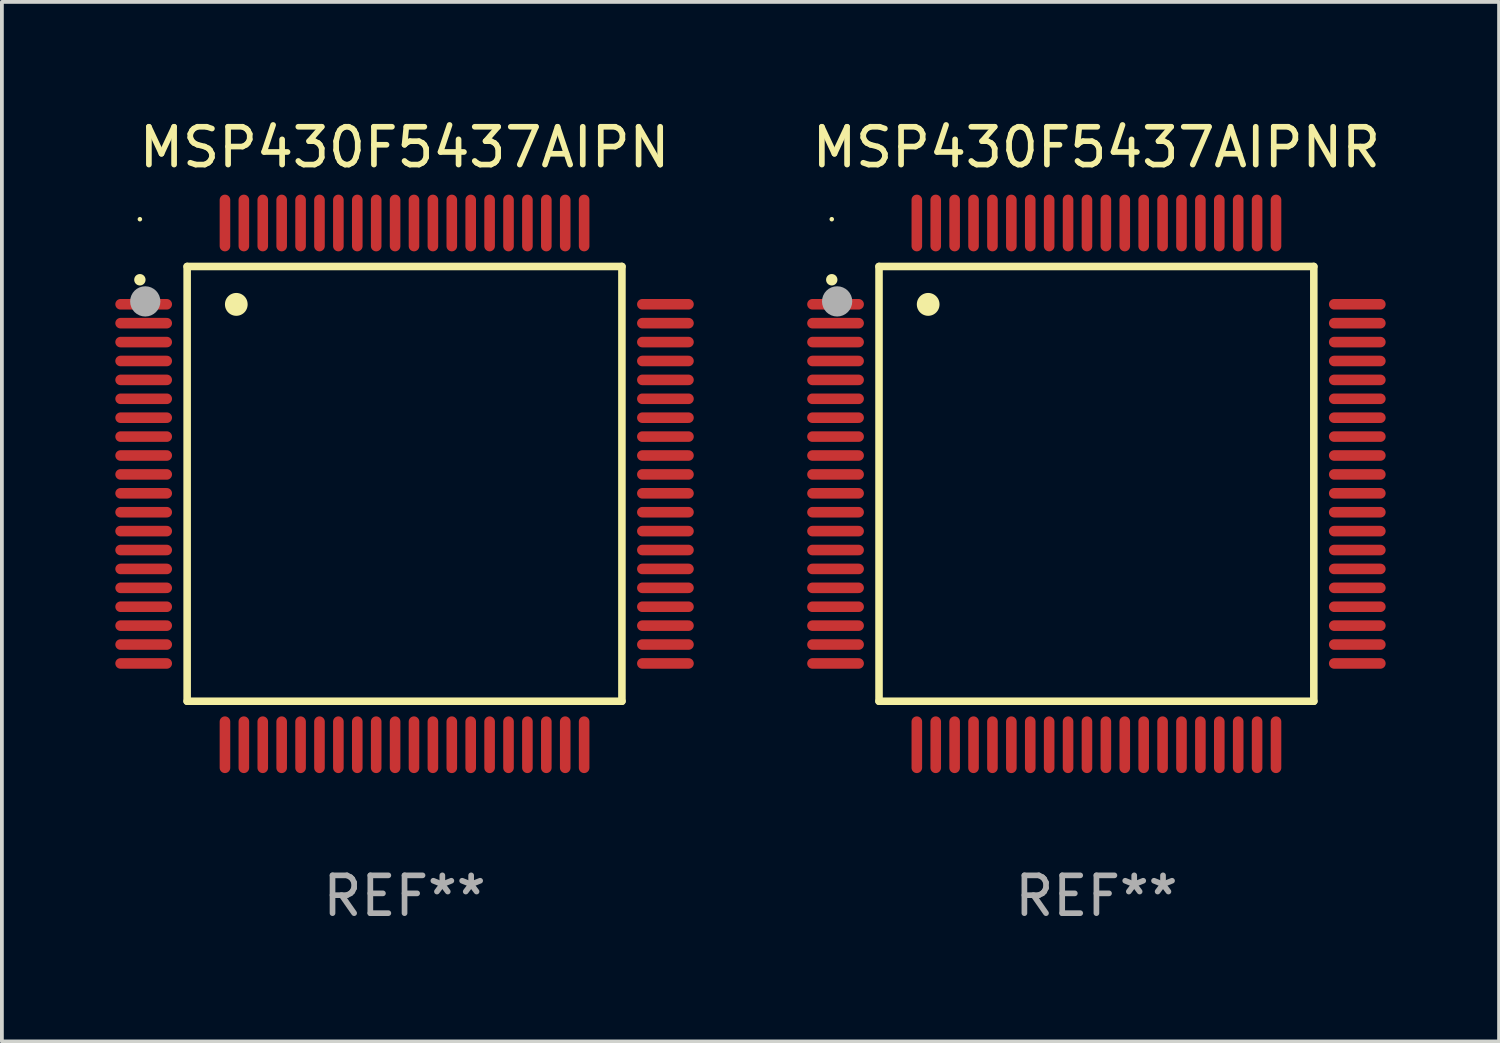
<source format=kicad_pcb>
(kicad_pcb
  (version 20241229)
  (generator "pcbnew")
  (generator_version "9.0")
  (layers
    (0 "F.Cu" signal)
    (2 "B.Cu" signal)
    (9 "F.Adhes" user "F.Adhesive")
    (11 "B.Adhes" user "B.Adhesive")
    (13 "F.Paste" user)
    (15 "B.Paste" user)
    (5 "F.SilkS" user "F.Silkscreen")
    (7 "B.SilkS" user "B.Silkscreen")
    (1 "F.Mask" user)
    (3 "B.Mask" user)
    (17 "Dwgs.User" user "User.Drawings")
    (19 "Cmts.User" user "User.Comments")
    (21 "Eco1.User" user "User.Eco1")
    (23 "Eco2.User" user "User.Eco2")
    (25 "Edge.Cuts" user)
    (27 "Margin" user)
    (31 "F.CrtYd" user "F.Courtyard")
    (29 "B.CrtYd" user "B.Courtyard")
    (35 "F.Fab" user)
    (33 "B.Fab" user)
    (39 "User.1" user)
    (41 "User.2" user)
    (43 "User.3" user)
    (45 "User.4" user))
  (footprint "MSP430F5437AIPN"
    (layer "F.Cu")
    (at 7.65 9.748)
    (property "Reference" "MSP430F5437AIPN" (at 0 -8.9 0) (layer "F.SilkS") (effects (font (size 1 1) (thickness 0.15))))
    (attr through_hole)
    (fp_line (start -5.75 -5.75) (end 5.75 -5.75) (stroke (width 0.2) (type solid)) (layer "F.SilkS"))
    (fp_line (start -5.75 5.75) (end -5.75 -5.75) (stroke (width 0.2) (type solid)) (layer "F.SilkS"))
    (fp_line (start 5.75 -5.75) (end 5.75 5.75) (stroke (width 0.2) (type solid)) (layer "F.SilkS"))
    (fp_line (start 5.75 5.75) (end -5.75 5.75) (stroke (width 0.2) (type solid)) (layer "F.SilkS"))
    (fp_arc (start -7.000229 -5.397435) (mid -7.000234 -5.398705) (end -7.000229 -5.399975) (stroke (width 0.3) (type solid)) (layer "F.SilkS"))
    (fp_arc (start -4.450064 -4.744653) (mid -4.450075 -4.747193) (end -4.450064 -4.749733) (stroke (width 0.6) (type solid)) (layer "F.SilkS"))
    (fp_circle (center -7 -7) (end -6.97 -7) (stroke (width 0.06) (type solid)) (fill no) (layer "F.SilkS"))
    (fp_circle (center -6.858 -4.826) (end -6.658 -4.826) (stroke (width 0.4) (type solid)) (fill no) (layer "F.Fab"))
    (fp_text user "REF**" (at 0 10.9 0) (layer "F.Fab") (effects (font (size 1 1) (thickness 0.15))))
    (pad "1" smd oval (at -6.9 -4.75 90) (size 0.28 1.5) (layers "F.Cu" "F.Mask" "F.Paste"))
    (pad "2" smd oval (at -6.9 -4.25 90) (size 0.28 1.5) (layers "F.Cu" "F.Mask" "F.Paste"))
    (pad "3" smd oval (at -6.9 -3.75 90) (size 0.28 1.5) (layers "F.Cu" "F.Mask" "F.Paste"))
    (pad "4" smd oval (at -6.9 -3.25 90) (size 0.28 1.5) (layers "F.Cu" "F.Mask" "F.Paste"))
    (pad "5" smd oval (at -6.9 -2.75 90) (size 0.28 1.5) (layers "F.Cu" "F.Mask" "F.Paste"))
    (pad "6" smd oval (at -6.9 -2.25 90) (size 0.28 1.5) (layers "F.Cu" "F.Mask" "F.Paste"))
    (pad "7" smd oval (at -6.9 -1.75 90) (size 0.28 1.5) (layers "F.Cu" "F.Mask" "F.Paste"))
    (pad "8" smd oval (at -6.9 -1.25 90) (size 0.28 1.5) (layers "F.Cu" "F.Mask" "F.Paste"))
    (pad "9" smd oval (at -6.9 -0.75 90) (size 0.28 1.5) (layers "F.Cu" "F.Mask" "F.Paste"))
    (pad "10" smd oval (at -6.9 -0.25 90) (size 0.28 1.5) (layers "F.Cu" "F.Mask" "F.Paste"))
    (pad "11" smd oval (at -6.9 0.25 90) (size 0.28 1.5) (layers "F.Cu" "F.Mask" "F.Paste"))
    (pad "12" smd oval (at -6.9 0.75 90) (size 0.28 1.5) (layers "F.Cu" "F.Mask" "F.Paste"))
    (pad "13" smd oval (at -6.9 1.25 90) (size 0.28 1.5) (layers "F.Cu" "F.Mask" "F.Paste"))
    (pad "14" smd oval (at -6.9 1.75 90) (size 0.28 1.5) (layers "F.Cu" "F.Mask" "F.Paste"))
    (pad "15" smd oval (at -6.9 2.25 90) (size 0.28 1.5) (layers "F.Cu" "F.Mask" "F.Paste"))
    (pad "16" smd oval (at -6.9 2.75 90) (size 0.28 1.5) (layers "F.Cu" "F.Mask" "F.Paste"))
    (pad "17" smd oval (at -6.9 3.25 90) (size 0.28 1.5) (layers "F.Cu" "F.Mask" "F.Paste"))
    (pad "18" smd oval (at -6.9 3.75 90) (size 0.28 1.5) (layers "F.Cu" "F.Mask" "F.Paste"))
    (pad "19" smd oval (at -6.9 4.25 90) (size 0.28 1.5) (layers "F.Cu" "F.Mask" "F.Paste"))
    (pad "20" smd oval (at -6.9 4.75 270) (size 0.28 1.5) (layers "F.Cu" "F.Mask" "F.Paste"))
    (pad "21" smd oval (at -4.75 6.9 180) (size 0.28 1.5) (layers "F.Cu" "F.Mask" "F.Paste"))
    (pad "22" smd oval (at -4.25 6.9) (size 0.28 1.5) (layers "F.Cu" "F.Mask" "F.Paste"))
    (pad "23" smd oval (at -3.75 6.9) (size 0.28 1.5) (layers "F.Cu" "F.Mask" "F.Paste"))
    (pad "24" smd oval (at -3.25 6.9) (size 0.28 1.5) (layers "F.Cu" "F.Mask" "F.Paste"))
    (pad "25" smd oval (at -2.75 6.9) (size 0.28 1.5) (layers "F.Cu" "F.Mask" "F.Paste"))
    (pad "26" smd oval (at -2.25 6.9) (size 0.28 1.5) (layers "F.Cu" "F.Mask" "F.Paste"))
    (pad "27" smd oval (at -1.75 6.9) (size 0.28 1.5) (layers "F.Cu" "F.Mask" "F.Paste"))
    (pad "28" smd oval (at -1.25 6.9) (size 0.28 1.5) (layers "F.Cu" "F.Mask" "F.Paste"))
    (pad "29" smd oval (at -0.75 6.9) (size 0.28 1.5) (layers "F.Cu" "F.Mask" "F.Paste"))
    (pad "30" smd oval (at -0.25 6.9) (size 0.28 1.5) (layers "F.Cu" "F.Mask" "F.Paste"))
    (pad "31" smd oval (at 0.25 6.9) (size 0.28 1.5) (layers "F.Cu" "F.Mask" "F.Paste"))
    (pad "32" smd oval (at 0.75 6.9) (size 0.28 1.5) (layers "F.Cu" "F.Mask" "F.Paste"))
    (pad "33" smd oval (at 1.25 6.9) (size 0.28 1.5) (layers "F.Cu" "F.Mask" "F.Paste"))
    (pad "34" smd oval (at 1.75 6.9) (size 0.28 1.5) (layers "F.Cu" "F.Mask" "F.Paste"))
    (pad "35" smd oval (at 2.25 6.9) (size 0.28 1.5) (layers "F.Cu" "F.Mask" "F.Paste"))
    (pad "36" smd oval (at 2.75 6.9) (size 0.28 1.5) (layers "F.Cu" "F.Mask" "F.Paste"))
    (pad "37" smd oval (at 3.25 6.9) (size 0.28 1.5) (layers "F.Cu" "F.Mask" "F.Paste"))
    (pad "38" smd oval (at 3.75 6.9) (size 0.28 1.5) (layers "F.Cu" "F.Mask" "F.Paste"))
    (pad "39" smd oval (at 4.25 6.9) (size 0.28 1.5) (layers "F.Cu" "F.Mask" "F.Paste"))
    (pad "40" smd oval (at 4.75 6.9) (size 0.28 1.5) (layers "F.Cu" "F.Mask" "F.Paste"))
    (pad "41" smd oval (at 6.9 4.75 270) (size 0.28 1.5) (layers "F.Cu" "F.Mask" "F.Paste"))
    (pad "42" smd oval (at 6.9 4.25 90) (size 0.28 1.5) (layers "F.Cu" "F.Mask" "F.Paste"))
    (pad "43" smd oval (at 6.9 3.75 90) (size 0.28 1.5) (layers "F.Cu" "F.Mask" "F.Paste"))
    (pad "44" smd oval (at 6.9 3.25 90) (size 0.28 1.5) (layers "F.Cu" "F.Mask" "F.Paste"))
    (pad "45" smd oval (at 6.9 2.75 90) (size 0.28 1.5) (layers "F.Cu" "F.Mask" "F.Paste"))
    (pad "46" smd oval (at 6.9 2.25 90) (size 0.28 1.5) (layers "F.Cu" "F.Mask" "F.Paste"))
    (pad "47" smd oval (at 6.9 1.75 90) (size 0.28 1.5) (layers "F.Cu" "F.Mask" "F.Paste"))
    (pad "48" smd oval (at 6.9 1.25 90) (size 0.28 1.5) (layers "F.Cu" "F.Mask" "F.Paste"))
    (pad "49" smd oval (at 6.9 0.75 90) (size 0.28 1.5) (layers "F.Cu" "F.Mask" "F.Paste"))
    (pad "50" smd oval (at 6.9 0.25 90) (size 0.28 1.5) (layers "F.Cu" "F.Mask" "F.Paste"))
    (pad "51" smd oval (at 6.9 -0.25 90) (size 0.28 1.5) (layers "F.Cu" "F.Mask" "F.Paste"))
    (pad "52" smd oval (at 6.9 -0.75 90) (size 0.28 1.5) (layers "F.Cu" "F.Mask" "F.Paste"))
    (pad "53" smd oval (at 6.9 -1.25 90) (size 0.28 1.5) (layers "F.Cu" "F.Mask" "F.Paste"))
    (pad "54" smd oval (at 6.9 -1.75 90) (size 0.28 1.5) (layers "F.Cu" "F.Mask" "F.Paste"))
    (pad "55" smd oval (at 6.9 -2.25 90) (size 0.28 1.5) (layers "F.Cu" "F.Mask" "F.Paste"))
    (pad "56" smd oval (at 6.9 -2.75 90) (size 0.28 1.5) (layers "F.Cu" "F.Mask" "F.Paste"))
    (pad "57" smd oval (at 6.9 -3.25 90) (size 0.28 1.5) (layers "F.Cu" "F.Mask" "F.Paste"))
    (pad "58" smd oval (at 6.9 -3.75 90) (size 0.28 1.5) (layers "F.Cu" "F.Mask" "F.Paste"))
    (pad "59" smd oval (at 6.9 -4.25 90) (size 0.28 1.5) (layers "F.Cu" "F.Mask" "F.Paste"))
    (pad "60" smd oval (at 6.9 -4.75 90) (size 0.28 1.5) (layers "F.Cu" "F.Mask" "F.Paste"))
    (pad "61" smd oval (at 4.75 -6.9) (size 0.28 1.5) (layers "F.Cu" "F.Mask" "F.Paste"))
    (pad "62" smd oval (at 4.25 -6.9) (size 0.28 1.5) (layers "F.Cu" "F.Mask" "F.Paste"))
    (pad "63" smd oval (at 3.75 -6.9) (size 0.28 1.5) (layers "F.Cu" "F.Mask" "F.Paste"))
    (pad "64" smd oval (at 3.25 -6.9) (size 0.28 1.5) (layers "F.Cu" "F.Mask" "F.Paste"))
    (pad "65" smd oval (at 2.75 -6.9) (size 0.28 1.5) (layers "F.Cu" "F.Mask" "F.Paste"))
    (pad "66" smd oval (at 2.25 -6.9) (size 0.28 1.5) (layers "F.Cu" "F.Mask" "F.Paste"))
    (pad "67" smd oval (at 1.75 -6.9) (size 0.28 1.5) (layers "F.Cu" "F.Mask" "F.Paste"))
    (pad "68" smd oval (at 1.25 -6.9) (size 0.28 1.5) (layers "F.Cu" "F.Mask" "F.Paste"))
    (pad "69" smd oval (at 0.75 -6.9) (size 0.28 1.5) (layers "F.Cu" "F.Mask" "F.Paste"))
    (pad "70" smd oval (at 0.25 -6.9) (size 0.28 1.5) (layers "F.Cu" "F.Mask" "F.Paste"))
    (pad "71" smd oval (at -0.25 -6.9) (size 0.28 1.5) (layers "F.Cu" "F.Mask" "F.Paste"))
    (pad "72" smd oval (at -0.75 -6.9) (size 0.28 1.5) (layers "F.Cu" "F.Mask" "F.Paste"))
    (pad "73" smd oval (at -1.25 -6.9) (size 0.28 1.5) (layers "F.Cu" "F.Mask" "F.Paste"))
    (pad "74" smd oval (at -1.75 -6.9) (size 0.28 1.5) (layers "F.Cu" "F.Mask" "F.Paste"))
    (pad "75" smd oval (at -2.25 -6.9) (size 0.28 1.5) (layers "F.Cu" "F.Mask" "F.Paste"))
    (pad "76" smd oval (at -2.75 -6.9) (size 0.28 1.5) (layers "F.Cu" "F.Mask" "F.Paste"))
    (pad "77" smd oval (at -3.25 -6.9) (size 0.28 1.5) (layers "F.Cu" "F.Mask" "F.Paste"))
    (pad "78" smd oval (at -3.75 -6.9) (size 0.28 1.5) (layers "F.Cu" "F.Mask" "F.Paste"))
    (pad "79" smd oval (at -4.25 -6.9) (size 0.28 1.5) (layers "F.Cu" "F.Mask" "F.Paste"))
    (pad "80" smd oval (at -4.75 -6.9 180) (size 0.28 1.5) (layers "F.Cu" "F.Mask" "F.Paste")))
  (footprint "MSP430F5437AIPNR"
    (layer "F.Cu")
    (at 25.95 9.748)
    (property "Reference" "MSP430F5437AIPNR" (at 0 -8.9 0) (layer "F.SilkS") (effects (font (size 1 1) (thickness 0.15))))
    (attr through_hole)
    (fp_line (start -5.75 -5.75) (end 5.75 -5.75) (stroke (width 0.2) (type solid)) (layer "F.SilkS"))
    (fp_line (start -5.75 5.75) (end -5.75 -5.75) (stroke (width 0.2) (type solid)) (layer "F.SilkS"))
    (fp_line (start 5.75 -5.75) (end 5.75 5.75) (stroke (width 0.2) (type solid)) (layer "F.SilkS"))
    (fp_line (start 5.75 5.75) (end -5.75 5.75) (stroke (width 0.2) (type solid)) (layer "F.SilkS"))
    (fp_arc (start -7.000229 -5.397435) (mid -7.000234 -5.398705) (end -7.000229 -5.399975) (stroke (width 0.3) (type solid)) (layer "F.SilkS"))
    (fp_arc (start -4.450064 -4.744653) (mid -4.450075 -4.747193) (end -4.450064 -4.749733) (stroke (width 0.6) (type solid)) (layer "F.SilkS"))
    (fp_circle (center -7 -7) (end -6.97 -7) (stroke (width 0.06) (type solid)) (fill no) (layer "F.SilkS"))
    (fp_circle (center -6.858 -4.826) (end -6.658 -4.826) (stroke (width 0.4) (type solid)) (fill no) (layer "F.Fab"))
    (fp_text user "REF**" (at 0 10.9 0) (layer "F.Fab") (effects (font (size 1 1) (thickness 0.15))))
    (pad "1" smd oval (at -6.9 -4.75 90) (size 0.28 1.5) (layers "F.Cu" "F.Mask" "F.Paste"))
    (pad "2" smd oval (at -6.9 -4.25 90) (size 0.28 1.5) (layers "F.Cu" "F.Mask" "F.Paste"))
    (pad "3" smd oval (at -6.9 -3.75 90) (size 0.28 1.5) (layers "F.Cu" "F.Mask" "F.Paste"))
    (pad "4" smd oval (at -6.9 -3.25 90) (size 0.28 1.5) (layers "F.Cu" "F.Mask" "F.Paste"))
    (pad "5" smd oval (at -6.9 -2.75 90) (size 0.28 1.5) (layers "F.Cu" "F.Mask" "F.Paste"))
    (pad "6" smd oval (at -6.9 -2.25 90) (size 0.28 1.5) (layers "F.Cu" "F.Mask" "F.Paste"))
    (pad "7" smd oval (at -6.9 -1.75 90) (size 0.28 1.5) (layers "F.Cu" "F.Mask" "F.Paste"))
    (pad "8" smd oval (at -6.9 -1.25 90) (size 0.28 1.5) (layers "F.Cu" "F.Mask" "F.Paste"))
    (pad "9" smd oval (at -6.9 -0.75 90) (size 0.28 1.5) (layers "F.Cu" "F.Mask" "F.Paste"))
    (pad "10" smd oval (at -6.9 -0.25 90) (size 0.28 1.5) (layers "F.Cu" "F.Mask" "F.Paste"))
    (pad "11" smd oval (at -6.9 0.25 90) (size 0.28 1.5) (layers "F.Cu" "F.Mask" "F.Paste"))
    (pad "12" smd oval (at -6.9 0.75 90) (size 0.28 1.5) (layers "F.Cu" "F.Mask" "F.Paste"))
    (pad "13" smd oval (at -6.9 1.25 90) (size 0.28 1.5) (layers "F.Cu" "F.Mask" "F.Paste"))
    (pad "14" smd oval (at -6.9 1.75 90) (size 0.28 1.5) (layers "F.Cu" "F.Mask" "F.Paste"))
    (pad "15" smd oval (at -6.9 2.25 90) (size 0.28 1.5) (layers "F.Cu" "F.Mask" "F.Paste"))
    (pad "16" smd oval (at -6.9 2.75 90) (size 0.28 1.5) (layers "F.Cu" "F.Mask" "F.Paste"))
    (pad "17" smd oval (at -6.9 3.25 90) (size 0.28 1.5) (layers "F.Cu" "F.Mask" "F.Paste"))
    (pad "18" smd oval (at -6.9 3.75 90) (size 0.28 1.5) (layers "F.Cu" "F.Mask" "F.Paste"))
    (pad "19" smd oval (at -6.9 4.25 90) (size 0.28 1.5) (layers "F.Cu" "F.Mask" "F.Paste"))
    (pad "20" smd oval (at -6.9 4.75 270) (size 0.28 1.5) (layers "F.Cu" "F.Mask" "F.Paste"))
    (pad "21" smd oval (at -4.75 6.9 180) (size 0.28 1.5) (layers "F.Cu" "F.Mask" "F.Paste"))
    (pad "22" smd oval (at -4.25 6.9) (size 0.28 1.5) (layers "F.Cu" "F.Mask" "F.Paste"))
    (pad "23" smd oval (at -3.75 6.9) (size 0.28 1.5) (layers "F.Cu" "F.Mask" "F.Paste"))
    (pad "24" smd oval (at -3.25 6.9) (size 0.28 1.5) (layers "F.Cu" "F.Mask" "F.Paste"))
    (pad "25" smd oval (at -2.75 6.9) (size 0.28 1.5) (layers "F.Cu" "F.Mask" "F.Paste"))
    (pad "26" smd oval (at -2.25 6.9) (size 0.28 1.5) (layers "F.Cu" "F.Mask" "F.Paste"))
    (pad "27" smd oval (at -1.75 6.9) (size 0.28 1.5) (layers "F.Cu" "F.Mask" "F.Paste"))
    (pad "28" smd oval (at -1.25 6.9) (size 0.28 1.5) (layers "F.Cu" "F.Mask" "F.Paste"))
    (pad "29" smd oval (at -0.75 6.9) (size 0.28 1.5) (layers "F.Cu" "F.Mask" "F.Paste"))
    (pad "30" smd oval (at -0.25 6.9) (size 0.28 1.5) (layers "F.Cu" "F.Mask" "F.Paste"))
    (pad "31" smd oval (at 0.25 6.9) (size 0.28 1.5) (layers "F.Cu" "F.Mask" "F.Paste"))
    (pad "32" smd oval (at 0.75 6.9) (size 0.28 1.5) (layers "F.Cu" "F.Mask" "F.Paste"))
    (pad "33" smd oval (at 1.25 6.9) (size 0.28 1.5) (layers "F.Cu" "F.Mask" "F.Paste"))
    (pad "34" smd oval (at 1.75 6.9) (size 0.28 1.5) (layers "F.Cu" "F.Mask" "F.Paste"))
    (pad "35" smd oval (at 2.25 6.9) (size 0.28 1.5) (layers "F.Cu" "F.Mask" "F.Paste"))
    (pad "36" smd oval (at 2.75 6.9) (size 0.28 1.5) (layers "F.Cu" "F.Mask" "F.Paste"))
    (pad "37" smd oval (at 3.25 6.9) (size 0.28 1.5) (layers "F.Cu" "F.Mask" "F.Paste"))
    (pad "38" smd oval (at 3.75 6.9) (size 0.28 1.5) (layers "F.Cu" "F.Mask" "F.Paste"))
    (pad "39" smd oval (at 4.25 6.9) (size 0.28 1.5) (layers "F.Cu" "F.Mask" "F.Paste"))
    (pad "40" smd oval (at 4.75 6.9) (size 0.28 1.5) (layers "F.Cu" "F.Mask" "F.Paste"))
    (pad "41" smd oval (at 6.9 4.75 270) (size 0.28 1.5) (layers "F.Cu" "F.Mask" "F.Paste"))
    (pad "42" smd oval (at 6.9 4.25 90) (size 0.28 1.5) (layers "F.Cu" "F.Mask" "F.Paste"))
    (pad "43" smd oval (at 6.9 3.75 90) (size 0.28 1.5) (layers "F.Cu" "F.Mask" "F.Paste"))
    (pad "44" smd oval (at 6.9 3.25 90) (size 0.28 1.5) (layers "F.Cu" "F.Mask" "F.Paste"))
    (pad "45" smd oval (at 6.9 2.75 90) (size 0.28 1.5) (layers "F.Cu" "F.Mask" "F.Paste"))
    (pad "46" smd oval (at 6.9 2.25 90) (size 0.28 1.5) (layers "F.Cu" "F.Mask" "F.Paste"))
    (pad "47" smd oval (at 6.9 1.75 90) (size 0.28 1.5) (layers "F.Cu" "F.Mask" "F.Paste"))
    (pad "48" smd oval (at 6.9 1.25 90) (size 0.28 1.5) (layers "F.Cu" "F.Mask" "F.Paste"))
    (pad "49" smd oval (at 6.9 0.75 90) (size 0.28 1.5) (layers "F.Cu" "F.Mask" "F.Paste"))
    (pad "50" smd oval (at 6.9 0.25 90) (size 0.28 1.5) (layers "F.Cu" "F.Mask" "F.Paste"))
    (pad "51" smd oval (at 6.9 -0.25 90) (size 0.28 1.5) (layers "F.Cu" "F.Mask" "F.Paste"))
    (pad "52" smd oval (at 6.9 -0.75 90) (size 0.28 1.5) (layers "F.Cu" "F.Mask" "F.Paste"))
    (pad "53" smd oval (at 6.9 -1.25 90) (size 0.28 1.5) (layers "F.Cu" "F.Mask" "F.Paste"))
    (pad "54" smd oval (at 6.9 -1.75 90) (size 0.28 1.5) (layers "F.Cu" "F.Mask" "F.Paste"))
    (pad "55" smd oval (at 6.9 -2.25 90) (size 0.28 1.5) (layers "F.Cu" "F.Mask" "F.Paste"))
    (pad "56" smd oval (at 6.9 -2.75 90) (size 0.28 1.5) (layers "F.Cu" "F.Mask" "F.Paste"))
    (pad "57" smd oval (at 6.9 -3.25 90) (size 0.28 1.5) (layers "F.Cu" "F.Mask" "F.Paste"))
    (pad "58" smd oval (at 6.9 -3.75 90) (size 0.28 1.5) (layers "F.Cu" "F.Mask" "F.Paste"))
    (pad "59" smd oval (at 6.9 -4.25 90) (size 0.28 1.5) (layers "F.Cu" "F.Mask" "F.Paste"))
    (pad "60" smd oval (at 6.9 -4.75 90) (size 0.28 1.5) (layers "F.Cu" "F.Mask" "F.Paste"))
    (pad "61" smd oval (at 4.75 -6.9) (size 0.28 1.5) (layers "F.Cu" "F.Mask" "F.Paste"))
    (pad "62" smd oval (at 4.25 -6.9) (size 0.28 1.5) (layers "F.Cu" "F.Mask" "F.Paste"))
    (pad "63" smd oval (at 3.75 -6.9) (size 0.28 1.5) (layers "F.Cu" "F.Mask" "F.Paste"))
    (pad "64" smd oval (at 3.25 -6.9) (size 0.28 1.5) (layers "F.Cu" "F.Mask" "F.Paste"))
    (pad "65" smd oval (at 2.75 -6.9) (size 0.28 1.5) (layers "F.Cu" "F.Mask" "F.Paste"))
    (pad "66" smd oval (at 2.25 -6.9) (size 0.28 1.5) (layers "F.Cu" "F.Mask" "F.Paste"))
    (pad "67" smd oval (at 1.75 -6.9) (size 0.28 1.5) (layers "F.Cu" "F.Mask" "F.Paste"))
    (pad "68" smd oval (at 1.25 -6.9) (size 0.28 1.5) (layers "F.Cu" "F.Mask" "F.Paste"))
    (pad "69" smd oval (at 0.75 -6.9) (size 0.28 1.5) (layers "F.Cu" "F.Mask" "F.Paste"))
    (pad "70" smd oval (at 0.25 -6.9) (size 0.28 1.5) (layers "F.Cu" "F.Mask" "F.Paste"))
    (pad "71" smd oval (at -0.25 -6.9) (size 0.28 1.5) (layers "F.Cu" "F.Mask" "F.Paste"))
    (pad "72" smd oval (at -0.75 -6.9) (size 0.28 1.5) (layers "F.Cu" "F.Mask" "F.Paste"))
    (pad "73" smd oval (at -1.25 -6.9) (size 0.28 1.5) (layers "F.Cu" "F.Mask" "F.Paste"))
    (pad "74" smd oval (at -1.75 -6.9) (size 0.28 1.5) (layers "F.Cu" "F.Mask" "F.Paste"))
    (pad "75" smd oval (at -2.25 -6.9) (size 0.28 1.5) (layers "F.Cu" "F.Mask" "F.Paste"))
    (pad "76" smd oval (at -2.75 -6.9) (size 0.28 1.5) (layers "F.Cu" "F.Mask" "F.Paste"))
    (pad "77" smd oval (at -3.25 -6.9) (size 0.28 1.5) (layers "F.Cu" "F.Mask" "F.Paste"))
    (pad "78" smd oval (at -3.75 -6.9) (size 0.28 1.5) (layers "F.Cu" "F.Mask" "F.Paste"))
    (pad "79" smd oval (at -4.25 -6.9) (size 0.28 1.5) (layers "F.Cu" "F.Mask" "F.Paste"))
    (pad "80" smd oval (at -4.75 -6.9 180) (size 0.28 1.5) (layers "F.Cu" "F.Mask" "F.Paste")))
  (gr_rect
    (start -3 -3)
    (end 36.6 24.496)
    (stroke (width 0.1) (type default))
    (fill no)
    (layer "Edge.Cuts")))
</source>
